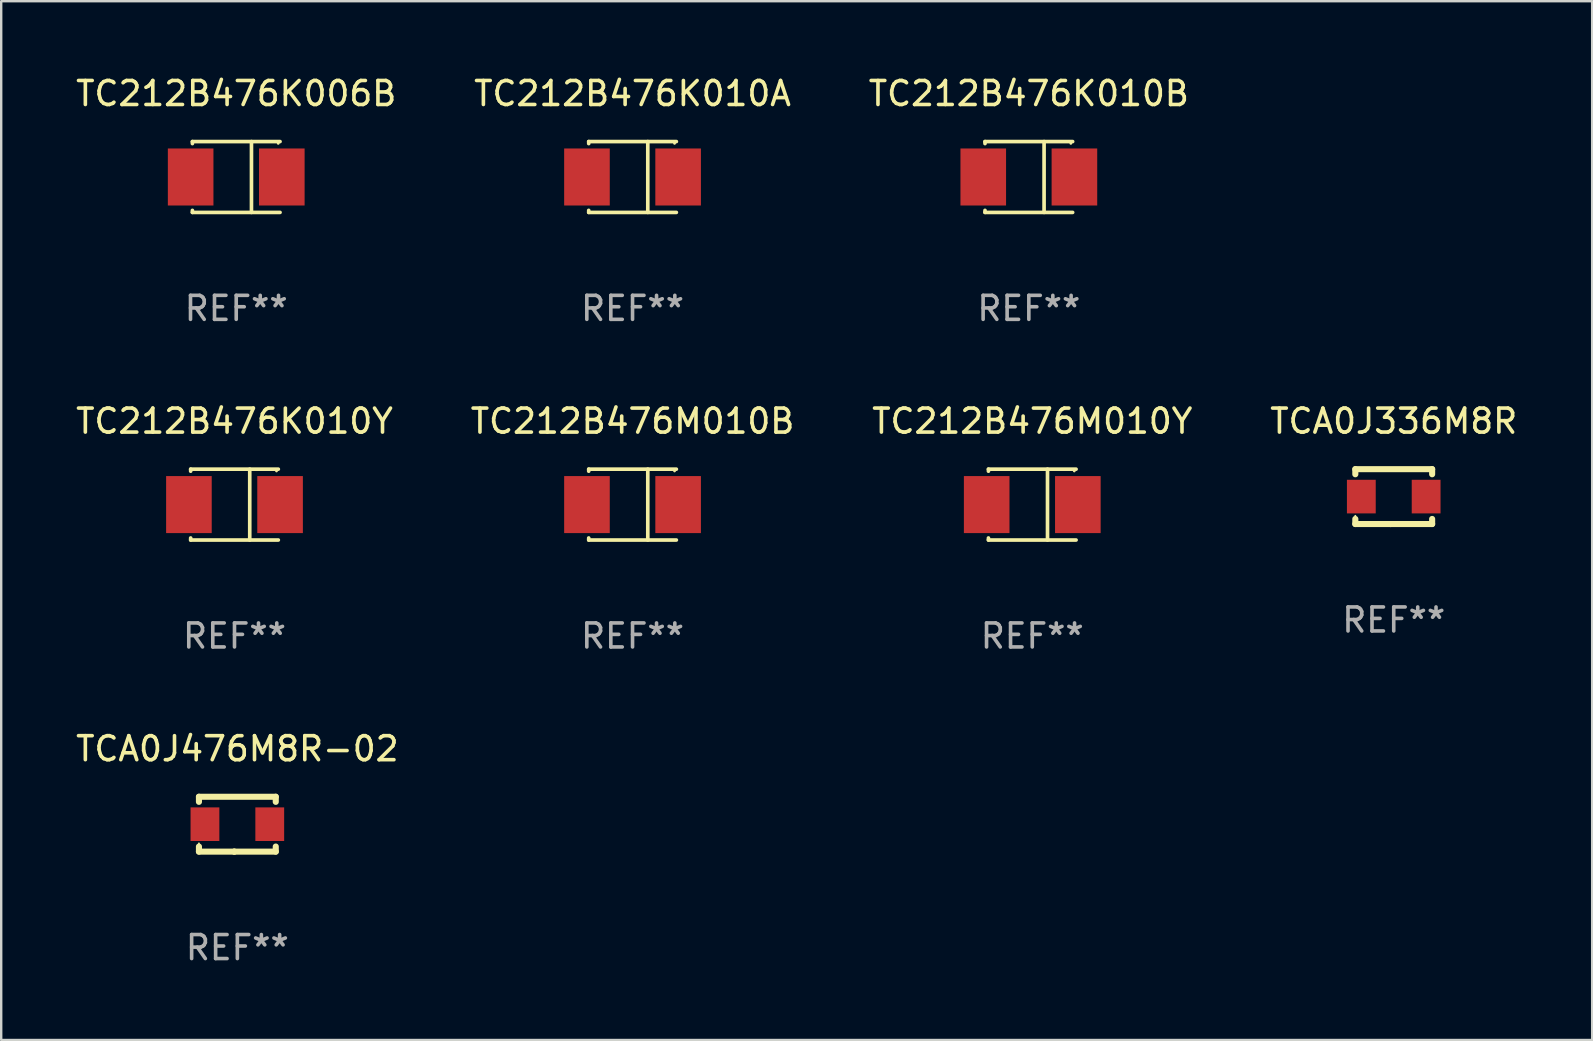
<source format=kicad_pcb>
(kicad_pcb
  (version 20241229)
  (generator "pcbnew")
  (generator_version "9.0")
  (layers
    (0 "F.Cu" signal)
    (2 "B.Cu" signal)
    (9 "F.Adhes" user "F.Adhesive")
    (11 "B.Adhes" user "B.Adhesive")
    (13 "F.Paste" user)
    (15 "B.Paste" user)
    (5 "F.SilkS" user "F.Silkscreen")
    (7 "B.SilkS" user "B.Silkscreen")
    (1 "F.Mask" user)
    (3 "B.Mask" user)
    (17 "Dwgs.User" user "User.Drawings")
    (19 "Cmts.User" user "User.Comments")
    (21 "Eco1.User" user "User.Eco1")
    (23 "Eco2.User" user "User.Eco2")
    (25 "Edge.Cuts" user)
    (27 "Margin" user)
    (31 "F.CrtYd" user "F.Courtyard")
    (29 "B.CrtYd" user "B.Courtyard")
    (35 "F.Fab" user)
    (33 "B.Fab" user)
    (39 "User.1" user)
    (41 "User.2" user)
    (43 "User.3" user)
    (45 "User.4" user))
  (footprint "TC212B476K010B"
    (layer "F.Cu")
    (at 39.815 4.324)
    (property "Reference" "TC212B476K010B" (at 0 -3.476 0) (layer "F.SilkS") (effects (font (size 1 1) (thickness 0.15))))
    (attr through_hole)
    (fp_line (start -1.826 -1.476) (end -1.826 -1.391) (stroke (width 0.152) (type solid)) (layer "F.SilkS"))
    (fp_line (start -1.826 -1.476) (end 1.826 -1.476) (stroke (width 0.152) (type solid)) (layer "F.SilkS"))
    (fp_line (start -1.826 1.476) (end -1.826 1.391) (stroke (width 0.152) (type solid)) (layer "F.SilkS"))
    (fp_line (start -1.826 1.476) (end 1.826 1.476) (stroke (width 0.152) (type solid)) (layer "F.SilkS"))
    (fp_line (start 0.635 -1.476) (end 0.635 1.476) (stroke (width 0.152) (type solid)) (layer "F.SilkS"))
    (fp_circle (center 1.75 -1.4) (end 1.78 -1.4) (stroke (width 0.06) (type solid)) (fill no) (layer "F.SilkS"))
    (fp_text user "REF**" (at 0 5.476 0) (layer "F.Fab") (effects (font (size 1 1) (thickness 0.15))))
    (pad "1" smd rect (at 1.899 0) (size 1.9 2.376) (layers "F.Cu" "F.Mask" "F.Paste"))
    (pad "2" smd rect (at -1.899 0) (size 1.9 2.376) (layers "F.Cu" "F.Mask" "F.Paste")))
  (footprint "TC212B476K010A"
    (layer "F.Cu")
    (at 23.304 4.324)
    (property "Reference" "TC212B476K010A" (at 0 -3.476 0) (layer "F.SilkS") (effects (font (size 1 1) (thickness 0.15))))
    (attr through_hole)
    (fp_line (start -1.826 -1.476) (end -1.826 -1.391) (stroke (width 0.152) (type solid)) (layer "F.SilkS"))
    (fp_line (start -1.826 -1.476) (end 1.826 -1.476) (stroke (width 0.152) (type solid)) (layer "F.SilkS"))
    (fp_line (start -1.826 1.476) (end -1.826 1.391) (stroke (width 0.152) (type solid)) (layer "F.SilkS"))
    (fp_line (start -1.826 1.476) (end 1.826 1.476) (stroke (width 0.152) (type solid)) (layer "F.SilkS"))
    (fp_line (start 0.635 -1.476) (end 0.635 1.476) (stroke (width 0.152) (type solid)) (layer "F.SilkS"))
    (fp_circle (center 1.75 -1.4) (end 1.78 -1.4) (stroke (width 0.06) (type solid)) (fill no) (layer "F.SilkS"))
    (fp_text user "REF**" (at 0 5.476 0) (layer "F.Fab") (effects (font (size 1 1) (thickness 0.15))))
    (pad "1" smd rect (at 1.899 0) (size 1.9 2.376) (layers "F.Cu" "F.Mask" "F.Paste"))
    (pad "2" smd rect (at -1.899 0) (size 1.9 2.376) (layers "F.Cu" "F.Mask" "F.Paste")))
  (footprint "TC212B476K010Y"
    (layer "F.Cu")
    (at 6.72 17.973)
    (property "Reference" "TC212B476K010Y" (at 0 -3.476 0) (layer "F.SilkS") (effects (font (size 1 1) (thickness 0.15))))
    (attr through_hole)
    (fp_line (start -1.826 -1.476) (end -1.826 -1.391) (stroke (width 0.152) (type solid)) (layer "F.SilkS"))
    (fp_line (start -1.826 -1.476) (end 1.826 -1.476) (stroke (width 0.152) (type solid)) (layer "F.SilkS"))
    (fp_line (start -1.826 1.476) (end -1.826 1.391) (stroke (width 0.152) (type solid)) (layer "F.SilkS"))
    (fp_line (start -1.826 1.476) (end 1.826 1.476) (stroke (width 0.152) (type solid)) (layer "F.SilkS"))
    (fp_line (start 0.635 -1.476) (end 0.635 1.476) (stroke (width 0.152) (type solid)) (layer "F.SilkS"))
    (fp_circle (center 1.75 -1.4) (end 1.78 -1.4) (stroke (width 0.06) (type solid)) (fill no) (layer "F.SilkS"))
    (fp_text user "REF**" (at 0 5.476 0) (layer "F.Fab") (effects (font (size 1 1) (thickness 0.15))))
    (pad "1" smd rect (at 1.899 0) (size 1.9 2.376) (layers "F.Cu" "F.Mask" "F.Paste"))
    (pad "2" smd rect (at -1.899 0) (size 1.9 2.376) (layers "F.Cu" "F.Mask" "F.Paste")))
  (footprint "TC212B476K006B"
    (layer "F.Cu")
    (at 6.792 4.324)
    (property "Reference" "TC212B476K006B" (at 0 -3.476 0) (layer "F.SilkS") (effects (font (size 1 1) (thickness 0.15))))
    (attr through_hole)
    (fp_line (start -1.826 -1.476) (end -1.826 -1.391) (stroke (width 0.152) (type solid)) (layer "F.SilkS"))
    (fp_line (start -1.826 -1.476) (end 1.826 -1.476) (stroke (width 0.152) (type solid)) (layer "F.SilkS"))
    (fp_line (start -1.826 1.476) (end -1.826 1.391) (stroke (width 0.152) (type solid)) (layer "F.SilkS"))
    (fp_line (start -1.826 1.476) (end 1.826 1.476) (stroke (width 0.152) (type solid)) (layer "F.SilkS"))
    (fp_line (start 0.635 -1.476) (end 0.635 1.476) (stroke (width 0.152) (type solid)) (layer "F.SilkS"))
    (fp_circle (center 1.75 -1.4) (end 1.78 -1.4) (stroke (width 0.06) (type solid)) (fill no) (layer "F.SilkS"))
    (fp_text user "REF**" (at 0 5.476 0) (layer "F.Fab") (effects (font (size 1 1) (thickness 0.15))))
    (pad "1" smd rect (at 1.899 0) (size 1.9 2.376) (layers "F.Cu" "F.Mask" "F.Paste"))
    (pad "2" smd rect (at -1.899 0) (size 1.9 2.376) (layers "F.Cu" "F.Mask" "F.Paste")))
  (footprint "TC212B476M010B"
    (layer "F.Cu")
    (at 23.304 17.973)
    (property "Reference" "TC212B476M010B" (at 0 -3.476 0) (layer "F.SilkS") (effects (font (size 1 1) (thickness 0.15))))
    (attr through_hole)
    (fp_line (start -1.826 -1.476) (end -1.826 -1.391) (stroke (width 0.152) (type solid)) (layer "F.SilkS"))
    (fp_line (start -1.826 -1.476) (end 1.826 -1.476) (stroke (width 0.152) (type solid)) (layer "F.SilkS"))
    (fp_line (start -1.826 1.476) (end -1.826 1.391) (stroke (width 0.152) (type solid)) (layer "F.SilkS"))
    (fp_line (start -1.826 1.476) (end 1.826 1.476) (stroke (width 0.152) (type solid)) (layer "F.SilkS"))
    (fp_line (start 0.635 -1.476) (end 0.635 1.476) (stroke (width 0.152) (type solid)) (layer "F.SilkS"))
    (fp_circle (center 1.75 -1.4) (end 1.78 -1.4) (stroke (width 0.06) (type solid)) (fill no) (layer "F.SilkS"))
    (fp_text user "REF**" (at 0 5.476 0) (layer "F.Fab") (effects (font (size 1 1) (thickness 0.15))))
    (pad "1" smd rect (at 1.899 0) (size 1.9 2.376) (layers "F.Cu" "F.Mask" "F.Paste"))
    (pad "2" smd rect (at -1.899 0) (size 1.9 2.376) (layers "F.Cu" "F.Mask" "F.Paste")))
  (footprint "TCA0J336M8R"
    (layer "F.Cu")
    (at 55.018 17.64)
    (property "Reference" "TCA0J336M8R" (at 0 -3.143 0) (layer "F.SilkS") (effects (font (size 1 1) (thickness 0.15))))
    (attr through_hole)
    (fp_line (start -1.6 1.143) (end -0.128 1.143) (stroke (width 0.254) (type solid)) (layer "F.SilkS"))
    (fp_line (start -1.6 -1.143) (end -1.6 -0.931) (stroke (width 0.254) (type solid)) (layer "F.SilkS"))
    (fp_line (start -1.6 -1.143) (end 1.6 -1.143) (stroke (width 0.254) (type solid)) (layer "F.SilkS"))
    (fp_line (start -1.6 0.931) (end -1.6 1.143) (stroke (width 0.254) (type solid)) (layer "F.SilkS"))
    (fp_line (start -0.128 1.143) (end -0.128 1.143) (stroke (width 0.254) (type solid)) (layer "F.SilkS"))
    (fp_line (start -0.128 1.143) (end 1.6 1.143) (stroke (width 0.254) (type solid)) (layer "F.SilkS"))
    (fp_line (start 1.6 -1.143) (end 1.6 -0.931) (stroke (width 0.254) (type solid)) (layer "F.SilkS"))
    (fp_line (start 1.6 0.931) (end 1.6 1.143) (stroke (width 0.254) (type solid)) (layer "F.SilkS"))
    (fp_circle (center -1.6 0.8) (end -1.58 0.8) (stroke (width 0.04) (type solid)) (fill no) (layer "F.SilkS"))
    (fp_text user "REF**" (at 0 5.143 0) (layer "F.Fab") (effects (font (size 1 1) (thickness 0.15))))
    (pad "1" smd rect (at -1.35 0) (size 1.2 1.4) (layers "F.Cu" "F.Mask" "F.Paste"))
    (pad "2" smd rect (at 1.35 0) (size 1.2 1.4) (layers "F.Cu" "F.Mask" "F.Paste")))
  (footprint "TC212B476M010Y"
    (layer "F.Cu")
    (at 39.958 17.973)
    (property "Reference" "TC212B476M010Y" (at 0 -3.476 0) (layer "F.SilkS") (effects (font (size 1 1) (thickness 0.15))))
    (attr through_hole)
    (fp_line (start -1.826 -1.476) (end -1.826 -1.391) (stroke (width 0.152) (type solid)) (layer "F.SilkS"))
    (fp_line (start -1.826 -1.476) (end 1.826 -1.476) (stroke (width 0.152) (type solid)) (layer "F.SilkS"))
    (fp_line (start -1.826 1.476) (end -1.826 1.391) (stroke (width 0.152) (type solid)) (layer "F.SilkS"))
    (fp_line (start -1.826 1.476) (end 1.826 1.476) (stroke (width 0.152) (type solid)) (layer "F.SilkS"))
    (fp_line (start 0.635 -1.476) (end 0.635 1.476) (stroke (width 0.152) (type solid)) (layer "F.SilkS"))
    (fp_circle (center 1.75 -1.4) (end 1.78 -1.4) (stroke (width 0.06) (type solid)) (fill no) (layer "F.SilkS"))
    (fp_text user "REF**" (at 0 5.476 0) (layer "F.Fab") (effects (font (size 1 1) (thickness 0.15))))
    (pad "1" smd rect (at 1.899 0) (size 1.9 2.376) (layers "F.Cu" "F.Mask" "F.Paste"))
    (pad "2" smd rect (at -1.899 0) (size 1.9 2.376) (layers "F.Cu" "F.Mask" "F.Paste")))
  (footprint "TCA0J476M8R-02"
    (layer "F.Cu")
    (at 6.839 31.289)
    (property "Reference" "TCA0J476M8R-02" (at 0 -3.143 0) (layer "F.SilkS") (effects (font (size 1 1) (thickness 0.15))))
    (attr through_hole)
    (fp_line (start -1.6 1.143) (end -0.128 1.143) (stroke (width 0.254) (type solid)) (layer "F.SilkS"))
    (fp_line (start -1.6 -1.143) (end -1.6 -0.931) (stroke (width 0.254) (type solid)) (layer "F.SilkS"))
    (fp_line (start -1.6 -1.143) (end 1.6 -1.143) (stroke (width 0.254) (type solid)) (layer "F.SilkS"))
    (fp_line (start -1.6 0.931) (end -1.6 1.143) (stroke (width 0.254) (type solid)) (layer "F.SilkS"))
    (fp_line (start -0.128 1.143) (end -0.128 1.143) (stroke (width 0.254) (type solid)) (layer "F.SilkS"))
    (fp_line (start -0.128 1.143) (end 1.6 1.143) (stroke (width 0.254) (type solid)) (layer "F.SilkS"))
    (fp_line (start 1.6 -1.143) (end 1.6 -0.931) (stroke (width 0.254) (type solid)) (layer "F.SilkS"))
    (fp_line (start 1.6 0.931) (end 1.6 1.143) (stroke (width 0.254) (type solid)) (layer "F.SilkS"))
    (fp_circle (center -1.6 0.8) (end -1.58 0.8) (stroke (width 0.04) (type solid)) (fill no) (layer "F.SilkS"))
    (fp_text user "REF**" (at 0 5.143 0) (layer "F.Fab") (effects (font (size 1 1) (thickness 0.15))))
    (pad "1" smd rect (at -1.35 0) (size 1.2 1.4) (layers "F.Cu" "F.Mask" "F.Paste"))
    (pad "2" smd rect (at 1.35 0) (size 1.2 1.4) (layers "F.Cu" "F.Mask" "F.Paste")))
  (gr_rect
    (start -3 -3)
    (end 63.286 40.28)
    (stroke (width 0.1) (type default))
    (fill no)
    (layer "Edge.Cuts")))
</source>
